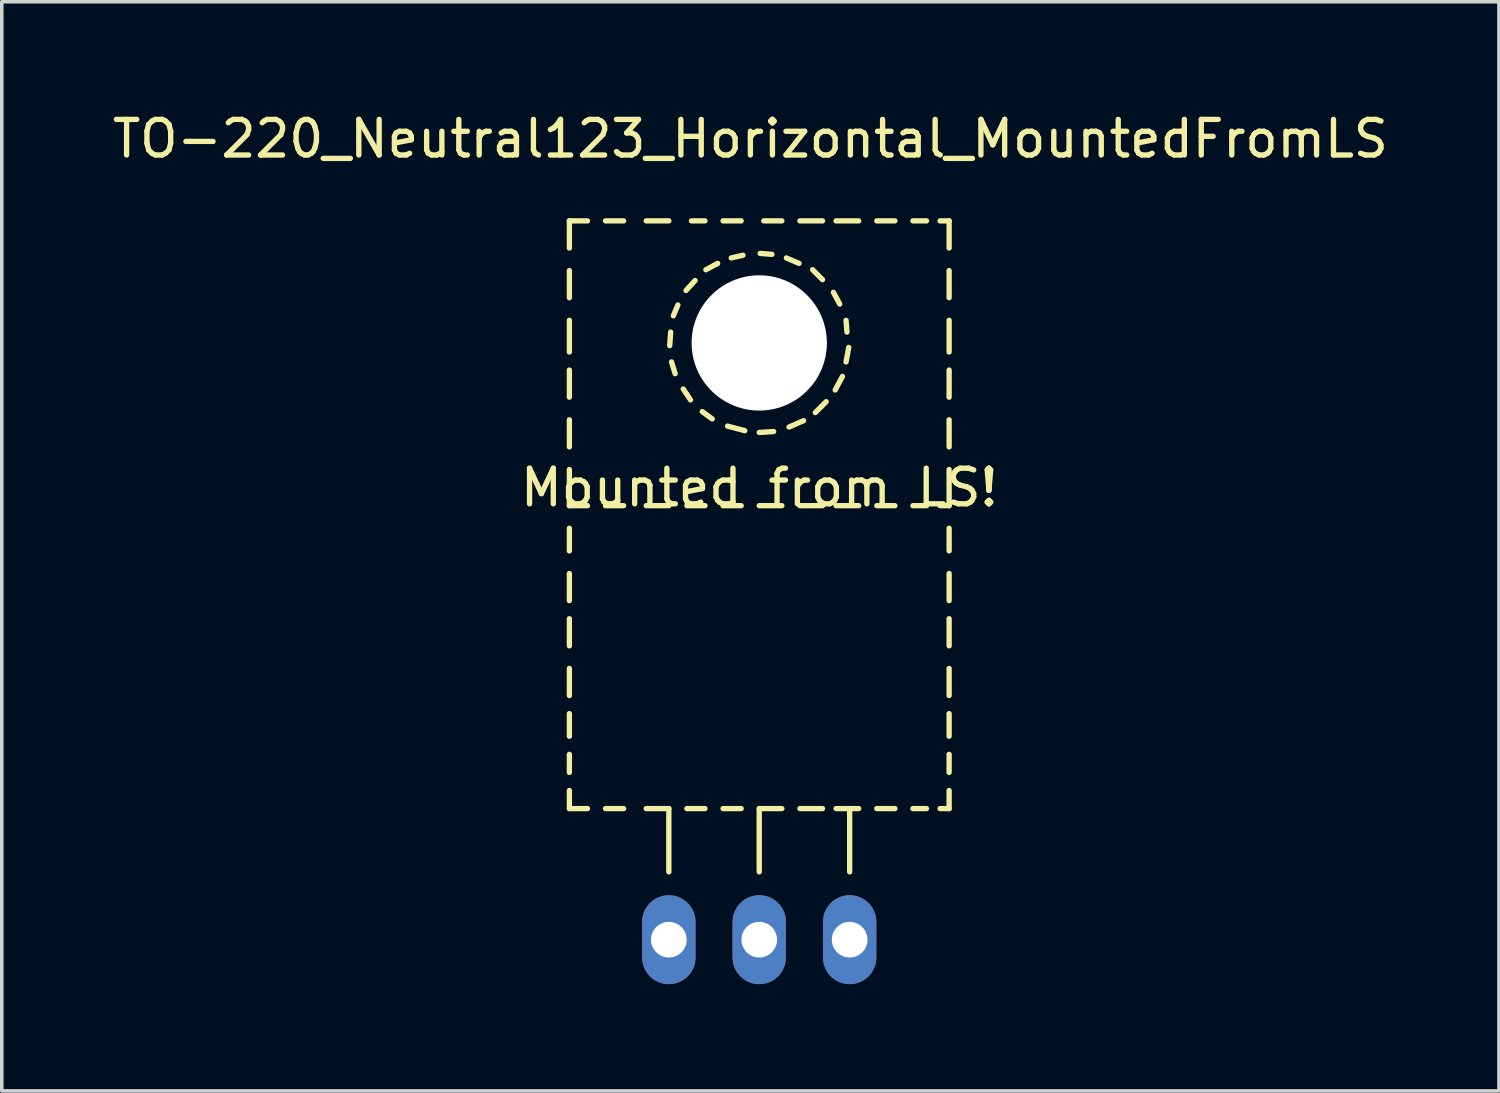
<source format=kicad_pcb>
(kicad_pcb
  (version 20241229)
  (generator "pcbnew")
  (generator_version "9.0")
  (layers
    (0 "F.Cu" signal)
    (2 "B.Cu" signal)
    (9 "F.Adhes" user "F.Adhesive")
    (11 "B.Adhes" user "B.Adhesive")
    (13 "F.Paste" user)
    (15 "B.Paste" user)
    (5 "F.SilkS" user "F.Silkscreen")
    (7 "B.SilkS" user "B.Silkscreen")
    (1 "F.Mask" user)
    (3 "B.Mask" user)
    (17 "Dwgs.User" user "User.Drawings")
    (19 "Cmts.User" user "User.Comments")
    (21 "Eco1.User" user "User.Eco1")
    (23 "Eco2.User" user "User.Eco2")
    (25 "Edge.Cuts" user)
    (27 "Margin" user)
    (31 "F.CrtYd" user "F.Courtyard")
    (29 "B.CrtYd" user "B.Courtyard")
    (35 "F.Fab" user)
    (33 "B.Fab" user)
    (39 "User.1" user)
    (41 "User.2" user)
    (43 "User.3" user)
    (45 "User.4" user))
  (footprint "TO-220_Neutral123_Horizontal_MountedFromLS"
    (layer "F.Cu")
    (at 18.279 23.348)
    (property "Reference" "TO-220_Neutral123_Horizontal_MountedFromLS" (at -0.249 -22.499 0) (layer "F.SilkS") (effects (font (size 1 1) (thickness 0.15))))
    (attr through_hole)
    (fp_line (start -5.334 -20.193) (end -5.334 -19.431) (stroke (width 0.15) (type solid)) (layer "F.SilkS"))
    (fp_line (start -5.334 -20.193) (end -4.826 -20.193) (stroke (width 0.15) (type solid)) (layer "F.SilkS"))
    (fp_line (start -5.334 -18.796) (end -5.334 -18.034) (stroke (width 0.15) (type solid)) (layer "F.SilkS"))
    (fp_line (start -5.334 -17.399) (end -5.334 -16.51) (stroke (width 0.15) (type solid)) (layer "F.SilkS"))
    (fp_line (start -5.334 -16.002) (end -5.334 -15.24) (stroke (width 0.15) (type solid)) (layer "F.SilkS"))
    (fp_line (start -5.334 -14.605) (end -5.334 -13.843) (stroke (width 0.15) (type solid)) (layer "F.SilkS"))
    (fp_line (start -5.334 -13.208) (end -5.334 -12.192) (stroke (width 0.15) (type solid)) (layer "F.SilkS"))
    (fp_line (start -5.334 -12.192) (end -4.826 -12.192) (stroke (width 0.15) (type solid)) (layer "F.SilkS"))
    (fp_line (start -5.334 -11.557) (end -5.334 -10.922) (stroke (width 0.15) (type solid)) (layer "F.SilkS"))
    (fp_line (start -5.334 -10.287) (end -5.334 -9.525) (stroke (width 0.15) (type solid)) (layer "F.SilkS"))
    (fp_line (start -5.334 -9.017) (end -5.334 -8.255) (stroke (width 0.15) (type solid)) (layer "F.SilkS"))
    (fp_line (start -5.334 -7.62) (end -5.334 -6.858) (stroke (width 0.15) (type solid)) (layer "F.SilkS"))
    (fp_line (start -5.334 -6.35) (end -5.334 -5.715) (stroke (width 0.15) (type solid)) (layer "F.SilkS"))
    (fp_line (start -5.334 -5.207) (end -5.334 -4.699) (stroke (width 0.15) (type solid)) (layer "F.SilkS"))
    (fp_line (start -5.334 -4.191) (end -5.334 -3.683) (stroke (width 0.15) (type solid)) (layer "F.SilkS"))
    (fp_line (start -5.334 -3.683) (end -4.826 -3.683) (stroke (width 0.15) (type solid)) (layer "F.SilkS"))
    (fp_line (start -4.318 -20.193) (end -3.81 -20.193) (stroke (width 0.15) (type solid)) (layer "F.SilkS"))
    (fp_line (start -4.318 -12.192) (end -3.81 -12.192) (stroke (width 0.15) (type solid)) (layer "F.SilkS"))
    (fp_line (start -4.318 -3.683) (end -3.81 -3.683) (stroke (width 0.15) (type solid)) (layer "F.SilkS"))
    (fp_line (start -3.175 -20.193) (end -2.54 -20.193) (stroke (width 0.15) (type solid)) (layer "F.SilkS"))
    (fp_line (start -3.175 -12.192) (end -2.54 -12.192) (stroke (width 0.15) (type solid)) (layer "F.SilkS"))
    (fp_line (start -3.175 -3.683) (end -2.54 -3.683) (stroke (width 0.15) (type solid)) (layer "F.SilkS"))
    (fp_line (start -2.54 -3.683) (end -2.54 -1.905) (stroke (width 0.15) (type solid)) (layer "F.SilkS"))
    (fp_line (start -2.515 -16.688) (end -2.489 -17.069) (stroke (width 0.15) (type solid)) (layer "F.SilkS"))
    (fp_line (start -2.413 -17.526) (end -2.286 -17.831) (stroke (width 0.15) (type solid)) (layer "F.SilkS"))
    (fp_line (start -2.362 -15.9) (end -2.464 -16.231) (stroke (width 0.15) (type solid)) (layer "F.SilkS"))
    (fp_line (start -2.057 -18.237) (end -1.803 -18.517) (stroke (width 0.15) (type solid)) (layer "F.SilkS"))
    (fp_line (start -2.032 -12.192) (end -1.524 -12.192) (stroke (width 0.15) (type solid)) (layer "F.SilkS"))
    (fp_line (start -2.032 -3.683) (end -1.524 -3.683) (stroke (width 0.15) (type solid)) (layer "F.SilkS"))
    (fp_line (start -1.93 -15.164) (end -2.134 -15.469) (stroke (width 0.15) (type solid)) (layer "F.SilkS"))
    (fp_line (start -1.905 -20.193) (end -1.524 -20.193) (stroke (width 0.15) (type solid)) (layer "F.SilkS"))
    (fp_line (start -1.499 -18.821) (end -1.168 -18.999) (stroke (width 0.15) (type solid)) (layer "F.SilkS"))
    (fp_line (start -1.321 -14.63) (end -1.6 -14.834) (stroke (width 0.15) (type solid)) (layer "F.SilkS"))
    (fp_line (start -1.016 -20.193) (end -0.508 -20.193) (stroke (width 0.15) (type solid)) (layer "F.SilkS"))
    (fp_line (start -1.016 -12.192) (end -0.508 -12.192) (stroke (width 0.15) (type solid)) (layer "F.SilkS"))
    (fp_line (start -1.016 -3.683) (end -0.508 -3.683) (stroke (width 0.15) (type solid)) (layer "F.SilkS"))
    (fp_line (start -0.787 -19.152) (end -0.457 -19.228) (stroke (width 0.15) (type solid)) (layer "F.SilkS"))
    (fp_line (start -0.406 -14.3) (end -0.889 -14.427) (stroke (width 0.15) (type solid)) (layer "F.SilkS"))
    (fp_line (start 0 -12.192) (end 0.635 -12.192) (stroke (width 0.15) (type solid)) (layer "F.SilkS"))
    (fp_line (start 0 -3.683) (end 0 -1.905) (stroke (width 0.15) (type solid)) (layer "F.SilkS"))
    (fp_line (start 0 -3.683) (end 0.635 -3.683) (stroke (width 0.15) (type solid)) (layer "F.SilkS"))
    (fp_line (start 0.025 -19.279) (end 0.356 -19.253) (stroke (width 0.15) (type solid)) (layer "F.SilkS"))
    (fp_line (start 0.127 -20.193) (end 0.635 -20.193) (stroke (width 0.15) (type solid)) (layer "F.SilkS"))
    (fp_line (start 0.406 -14.275) (end 0 -14.249) (stroke (width 0.15) (type solid)) (layer "F.SilkS"))
    (fp_line (start 0.762 -19.152) (end 1.118 -18.999) (stroke (width 0.15) (type solid)) (layer "F.SilkS"))
    (fp_line (start 1.143 -20.193) (end 1.778 -20.193) (stroke (width 0.15) (type solid)) (layer "F.SilkS"))
    (fp_line (start 1.143 -12.192) (end 1.778 -12.192) (stroke (width 0.15) (type solid)) (layer "F.SilkS"))
    (fp_line (start 1.143 -3.683) (end 1.778 -3.683) (stroke (width 0.15) (type solid)) (layer "F.SilkS"))
    (fp_line (start 1.245 -14.58) (end 0.838 -14.402) (stroke (width 0.15) (type solid)) (layer "F.SilkS"))
    (fp_line (start 1.499 -18.821) (end 1.778 -18.542) (stroke (width 0.15) (type solid)) (layer "F.SilkS"))
    (fp_line (start 1.88 -15.113) (end 1.575 -14.808) (stroke (width 0.15) (type solid)) (layer "F.SilkS"))
    (fp_line (start 2.083 -18.186) (end 2.261 -17.856) (stroke (width 0.15) (type solid)) (layer "F.SilkS"))
    (fp_line (start 2.159 -20.193) (end 2.794 -20.193) (stroke (width 0.15) (type solid)) (layer "F.SilkS"))
    (fp_line (start 2.159 -12.192) (end 2.794 -12.192) (stroke (width 0.15) (type solid)) (layer "F.SilkS"))
    (fp_line (start 2.159 -3.683) (end 2.794 -3.683) (stroke (width 0.15) (type solid)) (layer "F.SilkS"))
    (fp_line (start 2.337 -15.824) (end 2.134 -15.443) (stroke (width 0.15) (type solid)) (layer "F.SilkS"))
    (fp_line (start 2.438 -17.399) (end 2.464 -17.069) (stroke (width 0.15) (type solid)) (layer "F.SilkS"))
    (fp_line (start 2.515 -16.637) (end 2.438 -16.231) (stroke (width 0.15) (type solid)) (layer "F.SilkS"))
    (fp_line (start 2.54 -3.683) (end 2.54 -1.905) (stroke (width 0.15) (type solid)) (layer "F.SilkS"))
    (fp_line (start 3.302 -20.193) (end 3.81 -20.193) (stroke (width 0.15) (type solid)) (layer "F.SilkS"))
    (fp_line (start 3.302 -12.192) (end 3.81 -12.192) (stroke (width 0.15) (type solid)) (layer "F.SilkS"))
    (fp_line (start 3.302 -3.683) (end 3.81 -3.683) (stroke (width 0.15) (type solid)) (layer "F.SilkS"))
    (fp_line (start 4.318 -20.193) (end 4.699 -20.193) (stroke (width 0.15) (type solid)) (layer "F.SilkS"))
    (fp_line (start 4.318 -12.192) (end 4.699 -12.192) (stroke (width 0.15) (type solid)) (layer "F.SilkS"))
    (fp_line (start 4.318 -3.683) (end 4.699 -3.683) (stroke (width 0.15) (type solid)) (layer "F.SilkS"))
    (fp_line (start 5.08 -20.193) (end 5.334 -20.193) (stroke (width 0.15) (type solid)) (layer "F.SilkS"))
    (fp_line (start 5.08 -12.192) (end 5.334 -12.192) (stroke (width 0.15) (type solid)) (layer "F.SilkS"))
    (fp_line (start 5.08 -3.683) (end 5.334 -3.683) (stroke (width 0.15) (type solid)) (layer "F.SilkS"))
    (fp_line (start 5.334 -20.193) (end 5.334 -19.431) (stroke (width 0.15) (type solid)) (layer "F.SilkS"))
    (fp_line (start 5.334 -18.796) (end 5.334 -18.034) (stroke (width 0.15) (type solid)) (layer "F.SilkS"))
    (fp_line (start 5.334 -17.399) (end 5.334 -16.51) (stroke (width 0.15) (type solid)) (layer "F.SilkS"))
    (fp_line (start 5.334 -16.002) (end 5.334 -15.24) (stroke (width 0.15) (type solid)) (layer "F.SilkS"))
    (fp_line (start 5.334 -14.605) (end 5.334 -13.843) (stroke (width 0.15) (type solid)) (layer "F.SilkS"))
    (fp_line (start 5.334 -13.208) (end 5.334 -12.192) (stroke (width 0.15) (type solid)) (layer "F.SilkS"))
    (fp_line (start 5.334 -11.557) (end 5.334 -10.922) (stroke (width 0.15) (type solid)) (layer "F.SilkS"))
    (fp_line (start 5.334 -10.287) (end 5.334 -9.525) (stroke (width 0.15) (type solid)) (layer "F.SilkS"))
    (fp_line (start 5.334 -9.017) (end 5.334 -8.255) (stroke (width 0.15) (type solid)) (layer "F.SilkS"))
    (fp_line (start 5.334 -7.62) (end 5.334 -6.858) (stroke (width 0.15) (type solid)) (layer "F.SilkS"))
    (fp_line (start 5.334 -6.35) (end 5.334 -5.715) (stroke (width 0.15) (type solid)) (layer "F.SilkS"))
    (fp_line (start 5.334 -5.207) (end 5.334 -4.699) (stroke (width 0.15) (type solid)) (layer "F.SilkS"))
    (fp_line (start 5.334 -4.191) (end 5.334 -3.683) (stroke (width 0.15) (type solid)) (layer "F.SilkS"))
    (fp_text user "Mounted from LS!" (at 0 -12.7 0) (layer "F.SilkS") (effects (font (size 1 1) (thickness 0.15))))
    (pad "" np_thru_hole circle (at 0 -16.764 90) (size 3.8 3.8) (drill 3.8) (layers "*.Cu" "*.Mask"))
    (pad "1" thru_hole oval (at 2.54 0 90) (size 2.499 1.501) (drill 1.001) (layers "*.Cu" "*.Mask"))
    (pad "2" thru_hole oval (at 0 0 90) (size 2.499 1.501) (drill 1.001) (layers "*.Cu" "*.Mask"))
    (pad "3" thru_hole oval (at -2.54 0 90) (size 2.499 1.501) (drill 1.001) (layers "*.Cu" "*.Mask")))
  (gr_rect
    (start -3 -3)
    (end 39.06 27.597)
    (stroke (width 0.1) (type default))
    (fill no)
    (layer "Edge.Cuts")))
</source>
